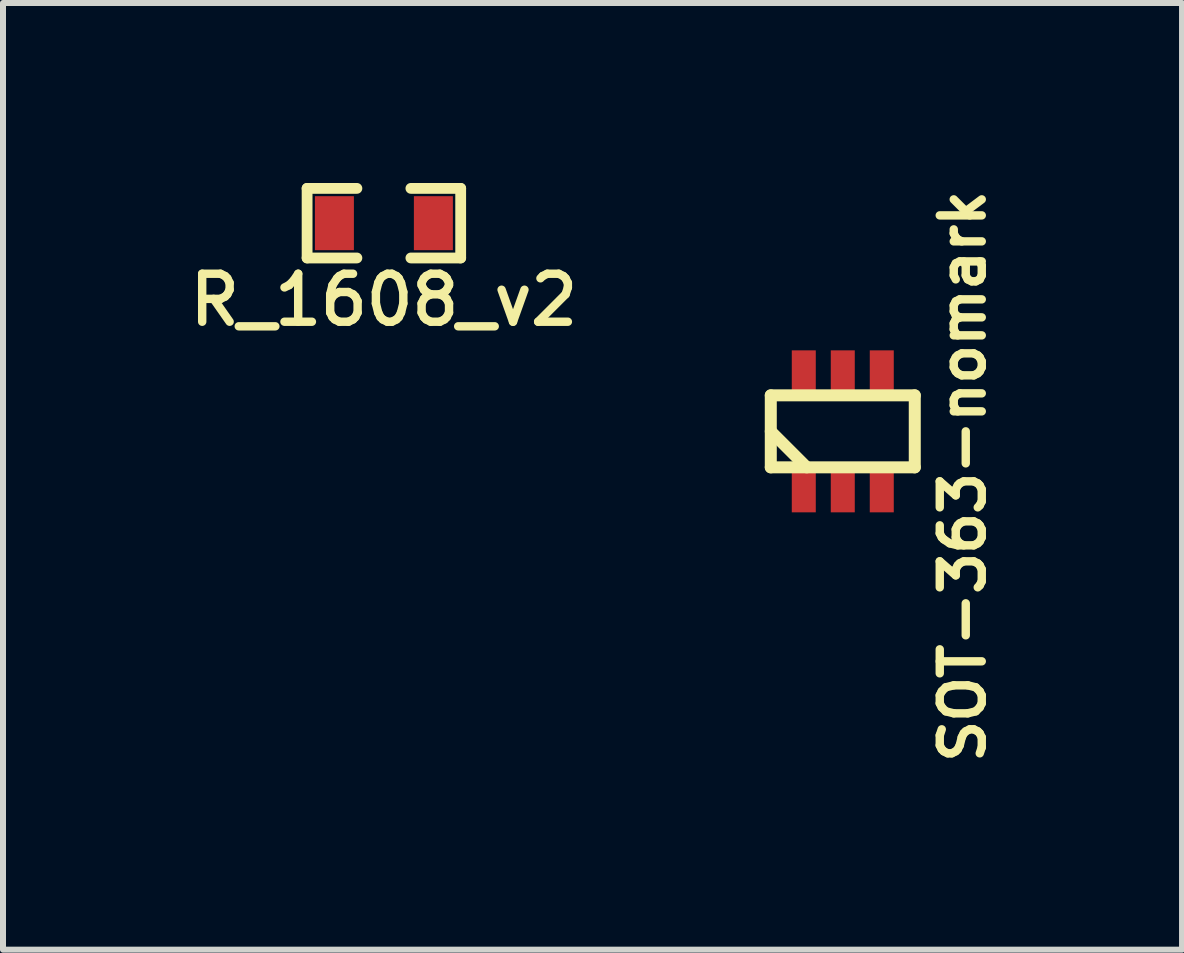
<source format=kicad_pcb>
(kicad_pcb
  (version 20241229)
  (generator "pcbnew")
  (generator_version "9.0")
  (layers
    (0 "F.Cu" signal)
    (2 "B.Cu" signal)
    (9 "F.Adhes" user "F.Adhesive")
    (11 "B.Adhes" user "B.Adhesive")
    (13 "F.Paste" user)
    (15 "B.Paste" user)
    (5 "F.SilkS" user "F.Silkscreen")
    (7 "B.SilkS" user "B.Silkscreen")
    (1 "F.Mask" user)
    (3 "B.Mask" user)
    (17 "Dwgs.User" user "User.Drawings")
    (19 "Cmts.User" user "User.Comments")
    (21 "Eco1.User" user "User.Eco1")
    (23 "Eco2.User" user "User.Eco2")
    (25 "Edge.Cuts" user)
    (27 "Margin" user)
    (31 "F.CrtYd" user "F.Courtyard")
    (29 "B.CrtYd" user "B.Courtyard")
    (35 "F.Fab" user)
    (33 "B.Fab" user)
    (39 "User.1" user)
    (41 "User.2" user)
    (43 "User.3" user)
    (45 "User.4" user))
  (footprint "SOT-363-nomark"
    (layer "F.Cu")
    (at 10.998 4.14)
    (property "Reference" "SOT-363-nomark" (at 2 0.75 90) (layer "F.SilkS") (effects (font (size 0.7 0.7) (thickness 0.14))))
    (attr smd)
    (fp_line (start -1.2 -0.6) (end -1.2 0.6) (stroke (width 0.2) (type solid)) (layer "F.SilkS"))
    (fp_line (start -1.2 0) (end -0.6 0.6) (stroke (width 0.2) (type solid)) (layer "F.SilkS"))
    (fp_line (start -1.2 0.6) (end 1.2 0.6) (stroke (width 0.2) (type solid)) (layer "F.SilkS"))
    (fp_line (start 1.2 -0.6) (end -1.2 -0.6) (stroke (width 0.2) (type solid)) (layer "F.SilkS"))
    (fp_line (start 1.2 -0.6) (end 1.2 0.6) (stroke (width 0.2) (type solid)) (layer "F.SilkS"))
    (pad "1" smd rect (at -0.65 0.95) (size 0.4 0.8) (layers "F.Cu" "F.Mask" "F.Paste"))
    (pad "2" smd rect (at 0 0.95) (size 0.4 0.8) (layers "F.Cu" "F.Mask" "F.Paste"))
    (pad "3" smd rect (at 0.65 0.95) (size 0.4 0.8) (layers "F.Cu" "F.Mask" "F.Paste"))
    (pad "4" smd rect (at 0.65 -0.95) (size 0.4 0.8) (layers "F.Cu" "F.Mask" "F.Paste"))
    (pad "5" smd rect (at 0 -0.95) (size 0.4 0.8) (layers "F.Cu" "F.Mask" "F.Paste"))
    (pad "6" smd rect (at -0.65 -0.95) (size 0.4 0.8) (layers "F.Cu" "F.Mask" "F.Paste")))
  (footprint "R_1608_v2"
    (layer "F.Cu")
    (at 3.349 0.67)
    (property "Reference" "R_1608_v2" (at 0 1.28 0) (layer "F.SilkS") (effects (font (size 0.8 0.8) (thickness 0.14))))
    (attr smd)
    (fp_line (start -1.28 -0.58) (end -1.28 0.58) (stroke (width 0.18) (type solid)) (layer "F.SilkS"))
    (fp_line (start -1.28 0.58) (end -0.45 0.58) (stroke (width 0.18) (type solid)) (layer "F.SilkS"))
    (fp_line (start -0.45 -0.58) (end -1.28 -0.58) (stroke (width 0.18) (type solid)) (layer "F.SilkS"))
    (fp_line (start 0.45 -0.58) (end 1.28 -0.58) (stroke (width 0.18) (type solid)) (layer "F.SilkS"))
    (fp_line (start 1.28 -0.58) (end 1.28 0.58) (stroke (width 0.18) (type solid)) (layer "F.SilkS"))
    (fp_line (start 1.28 0.58) (end 0.45 0.58) (stroke (width 0.18) (type solid)) (layer "F.SilkS"))
    (pad "1" smd rect (at -0.825 0) (size 0.65 0.9) (layers "F.Cu" "F.Mask" "F.Paste"))
    (pad "2" smd rect (at 0.825 0) (size 0.65 0.9) (layers "F.Cu" "F.Mask" "F.Paste")))
  (gr_rect
    (start -3 -3)
    (end 16.653 12.78)
    (stroke (width 0.1) (type default))
    (fill no)
    (layer "Edge.Cuts")))
</source>
